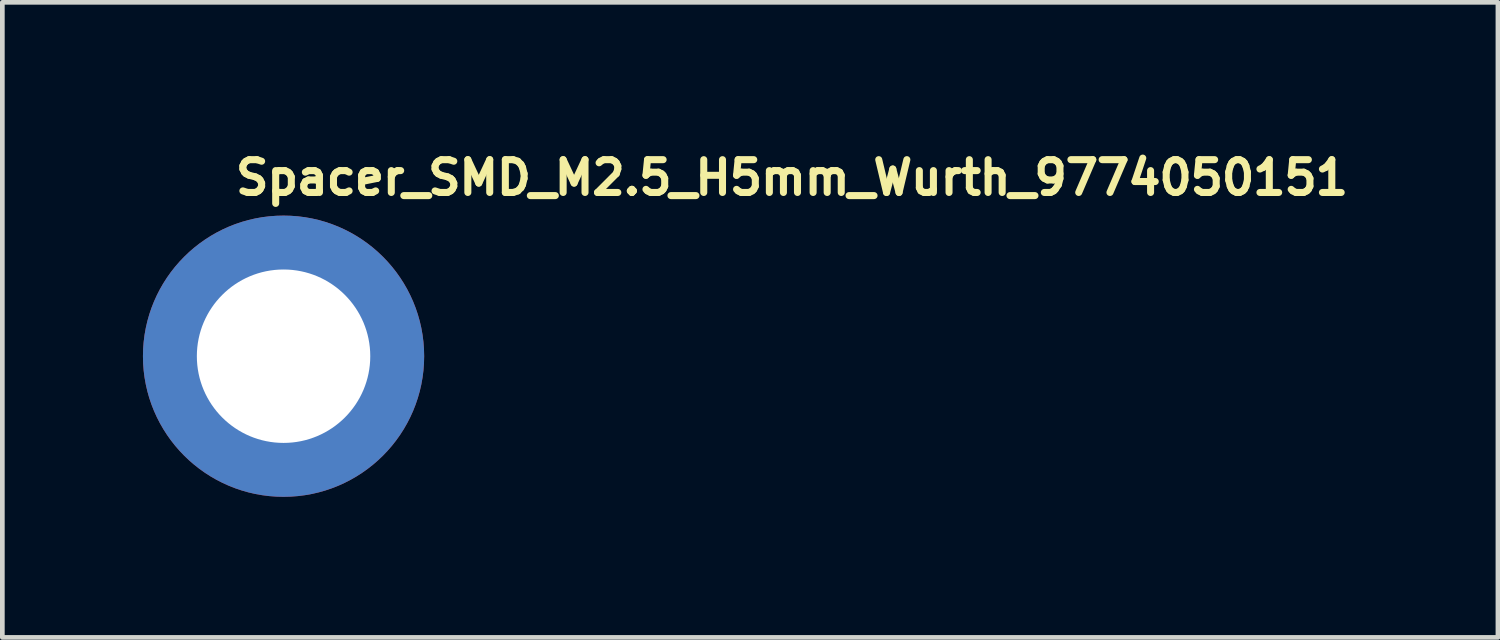
<source format=kicad_pcb>
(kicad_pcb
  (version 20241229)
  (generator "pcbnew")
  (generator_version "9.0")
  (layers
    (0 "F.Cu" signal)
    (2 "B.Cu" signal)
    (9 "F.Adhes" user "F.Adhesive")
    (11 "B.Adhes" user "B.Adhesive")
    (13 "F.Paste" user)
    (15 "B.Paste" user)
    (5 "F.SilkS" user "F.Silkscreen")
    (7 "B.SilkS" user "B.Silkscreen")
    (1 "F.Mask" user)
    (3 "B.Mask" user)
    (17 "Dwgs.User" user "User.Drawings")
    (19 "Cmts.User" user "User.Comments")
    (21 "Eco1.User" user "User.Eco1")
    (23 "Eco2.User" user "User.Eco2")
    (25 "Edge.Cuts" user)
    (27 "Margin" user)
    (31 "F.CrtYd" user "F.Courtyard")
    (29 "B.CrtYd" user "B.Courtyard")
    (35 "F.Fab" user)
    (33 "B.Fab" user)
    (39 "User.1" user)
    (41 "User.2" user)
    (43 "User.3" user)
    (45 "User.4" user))
  (footprint "Spacer_SMD_M2.5_H5mm_Wurth_9774050151"
    (layer "F.Cu")
    (at 3 4.55)
    (property "Reference" "Spacer_SMD_M2.5_H5mm_Wurth_9774050151" (at -1.1 -3.4 0) (layer "F.SilkS") (effects (font (size 0.7 0.7) (thickness 0.15)) (justify left bottom)))
    (attr smd)
    (fp_circle (center 0 0) (end 2.499 0) (stroke (width 1) (type solid)) (fill no) (layer "F.Paste"))
    (fp_line (start -2.551 0) (end -2.551 0) (stroke (width 0.02) (type solid)) (layer "User.9"))
    (fp_line (start -2.551 0) (end -2.548 0.131) (stroke (width 0.02) (type solid)) (layer "User.9"))
    (fp_line (start -2.548 -0.133) (end -2.551 0) (stroke (width 0.02) (type solid)) (layer "User.9"))
    (fp_line (start -2.548 0.131) (end -2.537 0.26) (stroke (width 0.02) (type solid)) (layer "User.9"))
    (fp_line (start -2.537 -0.262) (end -2.548 -0.133) (stroke (width 0.02) (type solid)) (layer "User.9"))
    (fp_line (start -2.537 0.26) (end -2.521 0.388) (stroke (width 0.02) (type solid)) (layer "User.9"))
    (fp_line (start -2.521 -0.39) (end -2.537 -0.262) (stroke (width 0.02) (type solid)) (layer "User.9"))
    (fp_line (start -2.521 0.388) (end -2.5 0.513) (stroke (width 0.02) (type solid)) (layer "User.9"))
    (fp_line (start -2.5 -0.515) (end -2.521 -0.39) (stroke (width 0.02) (type solid)) (layer "User.9"))
    (fp_line (start -2.5 0.513) (end -2.471 0.636) (stroke (width 0.02) (type solid)) (layer "User.9"))
    (fp_line (start -2.471 -0.638) (end -2.5 -0.515) (stroke (width 0.02) (type solid)) (layer "User.9"))
    (fp_line (start -2.471 0.636) (end -2.436 0.757) (stroke (width 0.02) (type solid)) (layer "User.9"))
    (fp_line (start -2.436 -0.759) (end -2.471 -0.638) (stroke (width 0.02) (type solid)) (layer "User.9"))
    (fp_line (start -2.436 0.757) (end -2.396 0.875) (stroke (width 0.02) (type solid)) (layer "User.9"))
    (fp_line (start -2.396 -0.877) (end -2.436 -0.759) (stroke (width 0.02) (type solid)) (layer "User.9"))
    (fp_line (start -2.396 0.875) (end -2.351 0.991) (stroke (width 0.02) (type solid)) (layer "User.9"))
    (fp_line (start -2.351 -0.993) (end -2.396 -0.877) (stroke (width 0.02) (type solid)) (layer "User.9"))
    (fp_line (start -2.351 0.991) (end -2.299 1.104) (stroke (width 0.02) (type solid)) (layer "User.9"))
    (fp_line (start -2.299 -1.107) (end -2.351 -0.993) (stroke (width 0.02) (type solid)) (layer "User.9"))
    (fp_line (start -2.299 1.104) (end -2.243 1.215) (stroke (width 0.02) (type solid)) (layer "User.9"))
    (fp_line (start -2.243 -1.216) (end -2.299 -1.107) (stroke (width 0.02) (type solid)) (layer "User.9"))
    (fp_line (start -2.243 1.215) (end -2.182 1.322) (stroke (width 0.02) (type solid)) (layer "User.9"))
    (fp_line (start -2.182 -1.323) (end -2.243 -1.216) (stroke (width 0.02) (type solid)) (layer "User.9"))
    (fp_line (start -2.182 1.322) (end -2.116 1.425) (stroke (width 0.02) (type solid)) (layer "User.9"))
    (fp_line (start -2.116 -1.426) (end -2.182 -1.323) (stroke (width 0.02) (type solid)) (layer "User.9"))
    (fp_line (start -2.116 1.425) (end -2.044 1.525) (stroke (width 0.02) (type solid)) (layer "User.9"))
    (fp_line (start -2.044 -1.526) (end -2.116 -1.426) (stroke (width 0.02) (type solid)) (layer "User.9"))
    (fp_line (start -2.044 1.525) (end -1.968 1.622) (stroke (width 0.02) (type solid)) (layer "User.9"))
    (fp_line (start -1.968 -1.623) (end -2.044 -1.526) (stroke (width 0.02) (type solid)) (layer "User.9"))
    (fp_line (start -1.968 1.622) (end -1.889 1.713) (stroke (width 0.02) (type solid)) (layer "User.9"))
    (fp_line (start -1.889 -1.716) (end -1.968 -1.623) (stroke (width 0.02) (type solid)) (layer "User.9"))
    (fp_line (start -1.889 1.713) (end -1.805 1.802) (stroke (width 0.02) (type solid)) (layer "User.9"))
    (fp_line (start -1.805 -1.805) (end -1.889 -1.716) (stroke (width 0.02) (type solid)) (layer "User.9"))
    (fp_line (start -1.805 1.802) (end -1.716 1.886) (stroke (width 0.02) (type solid)) (layer "User.9"))
    (fp_line (start -1.716 -1.889) (end -1.805 -1.805) (stroke (width 0.02) (type solid)) (layer "User.9"))
    (fp_line (start -1.716 1.886) (end -1.623 1.967) (stroke (width 0.02) (type solid)) (layer "User.9"))
    (fp_line (start -1.623 -1.968) (end -1.716 -1.889) (stroke (width 0.02) (type solid)) (layer "User.9"))
    (fp_line (start -1.623 1.967) (end -1.526 2.043) (stroke (width 0.02) (type solid)) (layer "User.9"))
    (fp_line (start -1.526 -2.044) (end -1.623 -1.968) (stroke (width 0.02) (type solid)) (layer "User.9"))
    (fp_line (start -1.526 2.043) (end -1.426 2.113) (stroke (width 0.02) (type solid)) (layer "User.9"))
    (fp_line (start -1.426 -2.116) (end -1.526 -2.044) (stroke (width 0.02) (type solid)) (layer "User.9"))
    (fp_line (start -1.426 2.113) (end -1.323 2.18) (stroke (width 0.02) (type solid)) (layer "User.9"))
    (fp_line (start -1.323 -2.182) (end -1.426 -2.116) (stroke (width 0.02) (type solid)) (layer "User.9"))
    (fp_line (start -1.323 2.18) (end -1.216 2.241) (stroke (width 0.02) (type solid)) (layer "User.9"))
    (fp_line (start -1.216 -2.243) (end -1.323 -2.182) (stroke (width 0.02) (type solid)) (layer "User.9"))
    (fp_line (start -1.216 2.241) (end -1.107 2.297) (stroke (width 0.02) (type solid)) (layer "User.9"))
    (fp_line (start -1.107 -2.299) (end -1.216 -2.243) (stroke (width 0.02) (type solid)) (layer "User.9"))
    (fp_line (start -1.107 2.297) (end -0.993 2.349) (stroke (width 0.02) (type solid)) (layer "User.9"))
    (fp_line (start -1.008 0) (end -1.008 0) (stroke (width 0.02) (type solid)) (layer "User.9"))
    (fp_line (start -1.008 0) (end -1.006 0.051) (stroke (width 0.02) (type solid)) (layer "User.9"))
    (fp_line (start -1.006 -0.053) (end -1.008 0) (stroke (width 0.02) (type solid)) (layer "User.9"))
    (fp_line (start -1.006 0.051) (end -1.002 0.102) (stroke (width 0.02) (type solid)) (layer "User.9"))
    (fp_line (start -1.002 -0.104) (end -1.006 -0.053) (stroke (width 0.02) (type solid)) (layer "User.9"))
    (fp_line (start -1.002 0.102) (end -0.995 0.152) (stroke (width 0.02) (type solid)) (layer "User.9"))
    (fp_line (start -0.995 -0.154) (end -1.002 -0.104) (stroke (width 0.02) (type solid)) (layer "User.9"))
    (fp_line (start -0.995 0.152) (end -0.987 0.202) (stroke (width 0.02) (type solid)) (layer "User.9"))
    (fp_line (start -0.993 -2.351) (end -1.107 -2.299) (stroke (width 0.02) (type solid)) (layer "User.9"))
    (fp_line (start -0.993 2.349) (end -0.877 2.394) (stroke (width 0.02) (type solid)) (layer "User.9"))
    (fp_line (start -0.987 -0.204) (end -0.995 -0.154) (stroke (width 0.02) (type solid)) (layer "User.9"))
    (fp_line (start -0.987 0.202) (end -0.975 0.25) (stroke (width 0.02) (type solid)) (layer "User.9"))
    (fp_line (start -0.975 -0.252) (end -0.987 -0.204) (stroke (width 0.02) (type solid)) (layer "User.9"))
    (fp_line (start -0.975 0.25) (end -0.962 0.298) (stroke (width 0.02) (type solid)) (layer "User.9"))
    (fp_line (start -0.962 -0.3) (end -0.975 -0.252) (stroke (width 0.02) (type solid)) (layer "User.9"))
    (fp_line (start -0.962 0.298) (end -0.947 0.346) (stroke (width 0.02) (type solid)) (layer "User.9"))
    (fp_line (start -0.947 -0.348) (end -0.962 -0.3) (stroke (width 0.02) (type solid)) (layer "User.9"))
    (fp_line (start -0.947 0.346) (end -0.929 0.391) (stroke (width 0.02) (type solid)) (layer "User.9"))
    (fp_line (start -0.929 -0.393) (end -0.947 -0.348) (stroke (width 0.02) (type solid)) (layer "User.9"))
    (fp_line (start -0.929 0.391) (end -0.909 0.435) (stroke (width 0.02) (type solid)) (layer "User.9"))
    (fp_line (start -0.909 -0.437) (end -0.929 -0.393) (stroke (width 0.02) (type solid)) (layer "User.9"))
    (fp_line (start -0.909 0.435) (end -0.886 0.479) (stroke (width 0.02) (type solid)) (layer "User.9"))
    (fp_line (start -0.886 -0.48) (end -0.909 -0.437) (stroke (width 0.02) (type solid)) (layer "User.9"))
    (fp_line (start -0.886 0.479) (end -0.861 0.521) (stroke (width 0.02) (type solid)) (layer "User.9"))
    (fp_line (start -0.877 -2.396) (end -0.993 -2.351) (stroke (width 0.02) (type solid)) (layer "User.9"))
    (fp_line (start -0.877 2.394) (end -0.759 2.435) (stroke (width 0.02) (type solid)) (layer "User.9"))
    (fp_line (start -0.861 -0.523) (end -0.886 -0.48) (stroke (width 0.02) (type solid)) (layer "User.9"))
    (fp_line (start -0.861 0.521) (end -0.835 0.562) (stroke (width 0.02) (type solid)) (layer "User.9"))
    (fp_line (start -0.835 -0.564) (end -0.861 -0.523) (stroke (width 0.02) (type solid)) (layer "User.9"))
    (fp_line (start -0.835 0.562) (end -0.808 0.601) (stroke (width 0.02) (type solid)) (layer "User.9"))
    (fp_line (start -0.808 -0.603) (end -0.835 -0.564) (stroke (width 0.02) (type solid)) (layer "User.9"))
    (fp_line (start -0.808 0.601) (end -0.778 0.64) (stroke (width 0.02) (type solid)) (layer "User.9"))
    (fp_line (start -0.778 -0.642) (end -0.808 -0.603) (stroke (width 0.02) (type solid)) (layer "User.9"))
    (fp_line (start -0.778 0.64) (end -0.746 0.676) (stroke (width 0.02) (type solid)) (layer "User.9"))
    (fp_line (start -0.759 -2.436) (end -0.877 -2.396) (stroke (width 0.02) (type solid)) (layer "User.9"))
    (fp_line (start -0.759 2.435) (end -0.638 2.468) (stroke (width 0.02) (type solid)) (layer "User.9"))
    (fp_line (start -0.746 -0.678) (end -0.778 -0.642) (stroke (width 0.02) (type solid)) (layer "User.9"))
    (fp_line (start -0.746 0.676) (end -0.712 0.71) (stroke (width 0.02) (type solid)) (layer "User.9"))
    (fp_line (start -0.712 -0.712) (end -0.746 -0.678) (stroke (width 0.02) (type solid)) (layer "User.9"))
    (fp_line (start -0.712 0.71) (end -0.678 0.744) (stroke (width 0.02) (type solid)) (layer "User.9"))
    (fp_line (start -0.678 -0.746) (end -0.712 -0.712) (stroke (width 0.02) (type solid)) (layer "User.9"))
    (fp_line (start -0.678 0.744) (end -0.642 0.776) (stroke (width 0.02) (type solid)) (layer "User.9"))
    (fp_line (start -0.642 -0.778) (end -0.678 -0.746) (stroke (width 0.02) (type solid)) (layer "User.9"))
    (fp_line (start -0.642 0.776) (end -0.603 0.806) (stroke (width 0.02) (type solid)) (layer "User.9"))
    (fp_line (start -0.638 -2.471) (end -0.759 -2.436) (stroke (width 0.02) (type solid)) (layer "User.9"))
    (fp_line (start -0.638 2.468) (end -0.515 2.498) (stroke (width 0.02) (type solid)) (layer "User.9"))
    (fp_line (start -0.603 -0.808) (end -0.642 -0.778) (stroke (width 0.02) (type solid)) (layer "User.9"))
    (fp_line (start -0.603 0.806) (end -0.564 0.833) (stroke (width 0.02) (type solid)) (layer "User.9"))
    (fp_line (start -0.564 -0.835) (end -0.603 -0.808) (stroke (width 0.02) (type solid)) (layer "User.9"))
    (fp_line (start -0.564 0.833) (end -0.523 0.859) (stroke (width 0.02) (type solid)) (layer "User.9"))
    (fp_line (start -0.523 -0.861) (end -0.564 -0.835) (stroke (width 0.02) (type solid)) (layer "User.9"))
    (fp_line (start -0.523 0.859) (end -0.48 0.884) (stroke (width 0.02) (type solid)) (layer "User.9"))
    (fp_line (start -0.515 -2.5) (end -0.638 -2.471) (stroke (width 0.02) (type solid)) (layer "User.9"))
    (fp_line (start -0.515 2.498) (end -0.39 2.519) (stroke (width 0.02) (type solid)) (layer "User.9"))
    (fp_line (start -0.48 -0.886) (end -0.523 -0.861) (stroke (width 0.02) (type solid)) (layer "User.9"))
    (fp_line (start -0.48 0.884) (end -0.437 0.907) (stroke (width 0.02) (type solid)) (layer "User.9"))
    (fp_line (start -0.437 -0.909) (end -0.48 -0.886) (stroke (width 0.02) (type solid)) (layer "User.9"))
    (fp_line (start -0.437 0.907) (end -0.393 0.927) (stroke (width 0.02) (type solid)) (layer "User.9"))
    (fp_line (start -0.393 -0.929) (end -0.437 -0.909) (stroke (width 0.02) (type solid)) (layer "User.9"))
    (fp_line (start -0.393 0.927) (end -0.348 0.945) (stroke (width 0.02) (type solid)) (layer "User.9"))
    (fp_line (start -0.39 -2.521) (end -0.515 -2.5) (stroke (width 0.02) (type solid)) (layer "User.9"))
    (fp_line (start -0.39 2.519) (end -0.262 2.535) (stroke (width 0.02) (type solid)) (layer "User.9"))
    (fp_line (start -0.348 -0.947) (end -0.393 -0.929) (stroke (width 0.02) (type solid)) (layer "User.9"))
    (fp_line (start -0.348 0.945) (end -0.3 0.96) (stroke (width 0.02) (type solid)) (layer "User.9"))
    (fp_line (start -0.3 -0.962) (end -0.348 -0.947) (stroke (width 0.02) (type solid)) (layer "User.9"))
    (fp_line (start -0.3 0.96) (end -0.252 0.973) (stroke (width 0.02) (type solid)) (layer "User.9"))
    (fp_line (start -0.262 -2.537) (end -0.39 -2.521) (stroke (width 0.02) (type solid)) (layer "User.9"))
    (fp_line (start -0.262 2.535) (end -0.133 2.546) (stroke (width 0.02) (type solid)) (layer "User.9"))
    (fp_line (start -0.252 -0.975) (end -0.3 -0.962) (stroke (width 0.02) (type solid)) (layer "User.9"))
    (fp_line (start -0.252 0.973) (end -0.204 0.985) (stroke (width 0.02) (type solid)) (layer "User.9"))
    (fp_line (start -0.204 -0.987) (end -0.252 -0.975) (stroke (width 0.02) (type solid)) (layer "User.9"))
    (fp_line (start -0.204 0.985) (end -0.154 0.993) (stroke (width 0.02) (type solid)) (layer "User.9"))
    (fp_line (start -0.154 -0.995) (end -0.204 -0.987) (stroke (width 0.02) (type solid)) (layer "User.9"))
    (fp_line (start -0.154 0.993) (end -0.104 1.001) (stroke (width 0.02) (type solid)) (layer "User.9"))
    (fp_line (start -0.133 -2.548) (end -0.262 -2.537) (stroke (width 0.02) (type solid)) (layer "User.9"))
    (fp_line (start -0.133 2.546) (end 0 2.548) (stroke (width 0.02) (type solid)) (layer "User.9"))
    (fp_line (start -0.104 -1.002) (end -0.154 -0.995) (stroke (width 0.02) (type solid)) (layer "User.9"))
    (fp_line (start -0.104 1.001) (end -0.053 1.005) (stroke (width 0.02) (type solid)) (layer "User.9"))
    (fp_line (start -0.053 -1.006) (end -0.104 -1.002) (stroke (width 0.02) (type solid)) (layer "User.9"))
    (fp_line (start -0.053 1.005) (end 0 1.005) (stroke (width 0.02) (type solid)) (layer "User.9"))
    (fp_line (start 0 -2.551) (end -0.133 -2.548) (stroke (width 0.02) (type solid)) (layer "User.9"))
    (fp_line (start 0 -2.551) (end 0 -2.551) (stroke (width 0.02) (type solid)) (layer "User.9"))
    (fp_line (start 0 -1.008) (end -0.053 -1.006) (stroke (width 0.02) (type solid)) (layer "User.9"))
    (fp_line (start 0 -1.008) (end 0 -1.008) (stroke (width 0.02) (type solid)) (layer "User.9"))
    (fp_line (start 0 1.005) (end 0 1.005) (stroke (width 0.02) (type solid)) (layer "User.9"))
    (fp_line (start 0 1.005) (end 0.051 1.005) (stroke (width 0.02) (type solid)) (layer "User.9"))
    (fp_line (start 0 2.548) (end 0 2.548) (stroke (width 0.02) (type solid)) (layer "User.9"))
    (fp_line (start 0 2.548) (end 0.131 2.546) (stroke (width 0.02) (type solid)) (layer "User.9"))
    (fp_line (start 0.051 -1.006) (end 0 -1.008) (stroke (width 0.02) (type solid)) (layer "User.9"))
    (fp_line (start 0.051 1.005) (end 0.102 1.001) (stroke (width 0.02) (type solid)) (layer "User.9"))
    (fp_line (start 0.102 -1.002) (end 0.051 -1.006) (stroke (width 0.02) (type solid)) (layer "User.9"))
    (fp_line (start 0.102 1.001) (end 0.152 0.993) (stroke (width 0.02) (type solid)) (layer "User.9"))
    (fp_line (start 0.131 -2.548) (end 0 -2.551) (stroke (width 0.02) (type solid)) (layer "User.9"))
    (fp_line (start 0.131 2.546) (end 0.26 2.535) (stroke (width 0.02) (type solid)) (layer "User.9"))
    (fp_line (start 0.152 -0.995) (end 0.102 -1.002) (stroke (width 0.02) (type solid)) (layer "User.9"))
    (fp_line (start 0.152 0.993) (end 0.202 0.985) (stroke (width 0.02) (type solid)) (layer "User.9"))
    (fp_line (start 0.202 -0.987) (end 0.152 -0.995) (stroke (width 0.02) (type solid)) (layer "User.9"))
    (fp_line (start 0.202 0.985) (end 0.25 0.973) (stroke (width 0.02) (type solid)) (layer "User.9"))
    (fp_line (start 0.25 -0.975) (end 0.202 -0.987) (stroke (width 0.02) (type solid)) (layer "User.9"))
    (fp_line (start 0.25 0.973) (end 0.298 0.96) (stroke (width 0.02) (type solid)) (layer "User.9"))
    (fp_line (start 0.26 -2.537) (end 0.131 -2.548) (stroke (width 0.02) (type solid)) (layer "User.9"))
    (fp_line (start 0.26 2.535) (end 0.388 2.519) (stroke (width 0.02) (type solid)) (layer "User.9"))
    (fp_line (start 0.298 -0.962) (end 0.25 -0.975) (stroke (width 0.02) (type solid)) (layer "User.9"))
    (fp_line (start 0.298 0.96) (end 0.346 0.945) (stroke (width 0.02) (type solid)) (layer "User.9"))
    (fp_line (start 0.346 -0.947) (end 0.298 -0.962) (stroke (width 0.02) (type solid)) (layer "User.9"))
    (fp_line (start 0.346 0.945) (end 0.391 0.927) (stroke (width 0.02) (type solid)) (layer "User.9"))
    (fp_line (start 0.388 -2.521) (end 0.26 -2.537) (stroke (width 0.02) (type solid)) (layer "User.9"))
    (fp_line (start 0.388 2.519) (end 0.513 2.498) (stroke (width 0.02) (type solid)) (layer "User.9"))
    (fp_line (start 0.391 -0.929) (end 0.346 -0.947) (stroke (width 0.02) (type solid)) (layer "User.9"))
    (fp_line (start 0.391 0.927) (end 0.435 0.907) (stroke (width 0.02) (type solid)) (layer "User.9"))
    (fp_line (start 0.435 -0.909) (end 0.391 -0.929) (stroke (width 0.02) (type solid)) (layer "User.9"))
    (fp_line (start 0.435 0.907) (end 0.479 0.884) (stroke (width 0.02) (type solid)) (layer "User.9"))
    (fp_line (start 0.479 -0.886) (end 0.435 -0.909) (stroke (width 0.02) (type solid)) (layer "User.9"))
    (fp_line (start 0.479 0.884) (end 0.521 0.859) (stroke (width 0.02) (type solid)) (layer "User.9"))
    (fp_line (start 0.513 -2.5) (end 0.388 -2.521) (stroke (width 0.02) (type solid)) (layer "User.9"))
    (fp_line (start 0.513 2.498) (end 0.636 2.468) (stroke (width 0.02) (type solid)) (layer "User.9"))
    (fp_line (start 0.521 -0.861) (end 0.479 -0.886) (stroke (width 0.02) (type solid)) (layer "User.9"))
    (fp_line (start 0.521 0.859) (end 0.562 0.833) (stroke (width 0.02) (type solid)) (layer "User.9"))
    (fp_line (start 0.562 -0.835) (end 0.521 -0.861) (stroke (width 0.02) (type solid)) (layer "User.9"))
    (fp_line (start 0.562 0.833) (end 0.601 0.806) (stroke (width 0.02) (type solid)) (layer "User.9"))
    (fp_line (start 0.601 -0.808) (end 0.562 -0.835) (stroke (width 0.02) (type solid)) (layer "User.9"))
    (fp_line (start 0.601 0.806) (end 0.64 0.776) (stroke (width 0.02) (type solid)) (layer "User.9"))
    (fp_line (start 0.636 -2.471) (end 0.513 -2.5) (stroke (width 0.02) (type solid)) (layer "User.9"))
    (fp_line (start 0.636 2.468) (end 0.757 2.435) (stroke (width 0.02) (type solid)) (layer "User.9"))
    (fp_line (start 0.64 -0.778) (end 0.601 -0.808) (stroke (width 0.02) (type solid)) (layer "User.9"))
    (fp_line (start 0.64 0.776) (end 0.676 0.744) (stroke (width 0.02) (type solid)) (layer "User.9"))
    (fp_line (start 0.676 -0.746) (end 0.64 -0.778) (stroke (width 0.02) (type solid)) (layer "User.9"))
    (fp_line (start 0.676 0.744) (end 0.71 0.71) (stroke (width 0.02) (type solid)) (layer "User.9"))
    (fp_line (start 0.71 -0.712) (end 0.676 -0.746) (stroke (width 0.02) (type solid)) (layer "User.9"))
    (fp_line (start 0.71 0.71) (end 0.744 0.676) (stroke (width 0.02) (type solid)) (layer "User.9"))
    (fp_line (start 0.744 -0.678) (end 0.71 -0.712) (stroke (width 0.02) (type solid)) (layer "User.9"))
    (fp_line (start 0.744 0.676) (end 0.776 0.64) (stroke (width 0.02) (type solid)) (layer "User.9"))
    (fp_line (start 0.757 -2.436) (end 0.636 -2.471) (stroke (width 0.02) (type solid)) (layer "User.9"))
    (fp_line (start 0.757 2.435) (end 0.875 2.394) (stroke (width 0.02) (type solid)) (layer "User.9"))
    (fp_line (start 0.776 -0.642) (end 0.744 -0.678) (stroke (width 0.02) (type solid)) (layer "User.9"))
    (fp_line (start 0.776 0.64) (end 0.806 0.601) (stroke (width 0.02) (type solid)) (layer "User.9"))
    (fp_line (start 0.806 -0.603) (end 0.776 -0.642) (stroke (width 0.02) (type solid)) (layer "User.9"))
    (fp_line (start 0.806 0.601) (end 0.833 0.562) (stroke (width 0.02) (type solid)) (layer "User.9"))
    (fp_line (start 0.833 -0.564) (end 0.806 -0.603) (stroke (width 0.02) (type solid)) (layer "User.9"))
    (fp_line (start 0.833 0.562) (end 0.859 0.521) (stroke (width 0.02) (type solid)) (layer "User.9"))
    (fp_line (start 0.859 -0.523) (end 0.833 -0.564) (stroke (width 0.02) (type solid)) (layer "User.9"))
    (fp_line (start 0.859 0.521) (end 0.884 0.479) (stroke (width 0.02) (type solid)) (layer "User.9"))
    (fp_line (start 0.875 -2.396) (end 0.757 -2.436) (stroke (width 0.02) (type solid)) (layer "User.9"))
    (fp_line (start 0.875 2.394) (end 0.991 2.349) (stroke (width 0.02) (type solid)) (layer "User.9"))
    (fp_line (start 0.884 -0.48) (end 0.859 -0.523) (stroke (width 0.02) (type solid)) (layer "User.9"))
    (fp_line (start 0.884 0.479) (end 0.907 0.435) (stroke (width 0.02) (type solid)) (layer "User.9"))
    (fp_line (start 0.907 -0.437) (end 0.884 -0.48) (stroke (width 0.02) (type solid)) (layer "User.9"))
    (fp_line (start 0.907 0.435) (end 0.927 0.391) (stroke (width 0.02) (type solid)) (layer "User.9"))
    (fp_line (start 0.927 -0.393) (end 0.907 -0.437) (stroke (width 0.02) (type solid)) (layer "User.9"))
    (fp_line (start 0.927 0.391) (end 0.945 0.346) (stroke (width 0.02) (type solid)) (layer "User.9"))
    (fp_line (start 0.945 -0.348) (end 0.927 -0.393) (stroke (width 0.02) (type solid)) (layer "User.9"))
    (fp_line (start 0.945 0.346) (end 0.96 0.298) (stroke (width 0.02) (type solid)) (layer "User.9"))
    (fp_line (start 0.96 -0.3) (end 0.945 -0.348) (stroke (width 0.02) (type solid)) (layer "User.9"))
    (fp_line (start 0.96 0.298) (end 0.973 0.25) (stroke (width 0.02) (type solid)) (layer "User.9"))
    (fp_line (start 0.973 -0.252) (end 0.96 -0.3) (stroke (width 0.02) (type solid)) (layer "User.9"))
    (fp_line (start 0.973 0.25) (end 0.985 0.202) (stroke (width 0.02) (type solid)) (layer "User.9"))
    (fp_line (start 0.985 -0.204) (end 0.973 -0.252) (stroke (width 0.02) (type solid)) (layer "User.9"))
    (fp_line (start 0.985 0.202) (end 0.993 0.152) (stroke (width 0.02) (type solid)) (layer "User.9"))
    (fp_line (start 0.991 -2.351) (end 0.875 -2.396) (stroke (width 0.02) (type solid)) (layer "User.9"))
    (fp_line (start 0.991 2.349) (end 1.104 2.297) (stroke (width 0.02) (type solid)) (layer "User.9"))
    (fp_line (start 0.993 -0.154) (end 0.985 -0.204) (stroke (width 0.02) (type solid)) (layer "User.9"))
    (fp_line (start 0.993 0.152) (end 1.001 0.102) (stroke (width 0.02) (type solid)) (layer "User.9"))
    (fp_line (start 1.001 -0.104) (end 0.993 -0.154) (stroke (width 0.02) (type solid)) (layer "User.9"))
    (fp_line (start 1.001 0.102) (end 1.005 0.051) (stroke (width 0.02) (type solid)) (layer "User.9"))
    (fp_line (start 1.005 -0.053) (end 1.001 -0.104) (stroke (width 0.02) (type solid)) (layer "User.9"))
    (fp_line (start 1.005 0) (end 1.005 -0.053) (stroke (width 0.02) (type solid)) (layer "User.9"))
    (fp_line (start 1.005 0) (end 1.005 0) (stroke (width 0.02) (type solid)) (layer "User.9"))
    (fp_line (start 1.005 0) (end 1.005 0) (stroke (width 0.02) (type solid)) (layer "User.9"))
    (fp_line (start 1.005 0.051) (end 1.005 0) (stroke (width 0.02) (type solid)) (layer "User.9"))
    (fp_line (start 1.104 -2.299) (end 0.991 -2.351) (stroke (width 0.02) (type solid)) (layer "User.9"))
    (fp_line (start 1.104 2.297) (end 1.215 2.241) (stroke (width 0.02) (type solid)) (layer "User.9"))
    (fp_line (start 1.215 -2.243) (end 1.104 -2.299) (stroke (width 0.02) (type solid)) (layer "User.9"))
    (fp_line (start 1.215 2.241) (end 1.322 2.18) (stroke (width 0.02) (type solid)) (layer "User.9"))
    (fp_line (start 1.322 -2.182) (end 1.215 -2.243) (stroke (width 0.02) (type solid)) (layer "User.9"))
    (fp_line (start 1.322 2.18) (end 1.425 2.113) (stroke (width 0.02) (type solid)) (layer "User.9"))
    (fp_line (start 1.425 -2.116) (end 1.322 -2.182) (stroke (width 0.02) (type solid)) (layer "User.9"))
    (fp_line (start 1.425 2.113) (end 1.525 2.043) (stroke (width 0.02) (type solid)) (layer "User.9"))
    (fp_line (start 1.525 -2.044) (end 1.425 -2.116) (stroke (width 0.02) (type solid)) (layer "User.9"))
    (fp_line (start 1.525 2.043) (end 1.622 1.967) (stroke (width 0.02) (type solid)) (layer "User.9"))
    (fp_line (start 1.622 -1.968) (end 1.525 -2.044) (stroke (width 0.02) (type solid)) (layer "User.9"))
    (fp_line (start 1.622 1.967) (end 1.713 1.886) (stroke (width 0.02) (type solid)) (layer "User.9"))
    (fp_line (start 1.713 -1.889) (end 1.622 -1.968) (stroke (width 0.02) (type solid)) (layer "User.9"))
    (fp_line (start 1.713 1.886) (end 1.802 1.802) (stroke (width 0.02) (type solid)) (layer "User.9"))
    (fp_line (start 1.802 -1.805) (end 1.713 -1.889) (stroke (width 0.02) (type solid)) (layer "User.9"))
    (fp_line (start 1.802 1.802) (end 1.886 1.713) (stroke (width 0.02) (type solid)) (layer "User.9"))
    (fp_line (start 1.886 -1.716) (end 1.802 -1.805) (stroke (width 0.02) (type solid)) (layer "User.9"))
    (fp_line (start 1.886 1.713) (end 1.967 1.622) (stroke (width 0.02) (type solid)) (layer "User.9"))
    (fp_line (start 1.967 -1.623) (end 1.886 -1.716) (stroke (width 0.02) (type solid)) (layer "User.9"))
    (fp_line (start 1.967 1.622) (end 2.043 1.525) (stroke (width 0.02) (type solid)) (layer "User.9"))
    (fp_line (start 2.043 -1.526) (end 1.967 -1.623) (stroke (width 0.02) (type solid)) (layer "User.9"))
    (fp_line (start 2.043 1.525) (end 2.113 1.425) (stroke (width 0.02) (type solid)) (layer "User.9"))
    (fp_line (start 2.113 -1.426) (end 2.043 -1.526) (stroke (width 0.02) (type solid)) (layer "User.9"))
    (fp_line (start 2.113 1.425) (end 2.18 1.322) (stroke (width 0.02) (type solid)) (layer "User.9"))
    (fp_line (start 2.18 -1.323) (end 2.113 -1.426) (stroke (width 0.02) (type solid)) (layer "User.9"))
    (fp_line (start 2.18 1.322) (end 2.241 1.215) (stroke (width 0.02) (type solid)) (layer "User.9"))
    (fp_line (start 2.241 -1.216) (end 2.18 -1.323) (stroke (width 0.02) (type solid)) (layer "User.9"))
    (fp_line (start 2.241 1.215) (end 2.297 1.104) (stroke (width 0.02) (type solid)) (layer "User.9"))
    (fp_line (start 2.297 -1.107) (end 2.241 -1.216) (stroke (width 0.02) (type solid)) (layer "User.9"))
    (fp_line (start 2.297 1.104) (end 2.349 0.991) (stroke (width 0.02) (type solid)) (layer "User.9"))
    (fp_line (start 2.349 -0.993) (end 2.297 -1.107) (stroke (width 0.02) (type solid)) (layer "User.9"))
    (fp_line (start 2.349 0.991) (end 2.394 0.875) (stroke (width 0.02) (type solid)) (layer "User.9"))
    (fp_line (start 2.394 -0.877) (end 2.349 -0.993) (stroke (width 0.02) (type solid)) (layer "User.9"))
    (fp_line (start 2.394 0.875) (end 2.435 0.757) (stroke (width 0.02) (type solid)) (layer "User.9"))
    (fp_line (start 2.435 -0.759) (end 2.394 -0.877) (stroke (width 0.02) (type solid)) (layer "User.9"))
    (fp_line (start 2.435 0.757) (end 2.468 0.636) (stroke (width 0.02) (type solid)) (layer "User.9"))
    (fp_line (start 2.468 -0.638) (end 2.435 -0.759) (stroke (width 0.02) (type solid)) (layer "User.9"))
    (fp_line (start 2.468 0.636) (end 2.498 0.513) (stroke (width 0.02) (type solid)) (layer "User.9"))
    (fp_line (start 2.498 -0.515) (end 2.468 -0.638) (stroke (width 0.02) (type solid)) (layer "User.9"))
    (fp_line (start 2.498 0.513) (end 2.519 0.388) (stroke (width 0.02) (type solid)) (layer "User.9"))
    (fp_line (start 2.519 -0.39) (end 2.498 -0.515) (stroke (width 0.02) (type solid)) (layer "User.9"))
    (fp_line (start 2.519 0.388) (end 2.535 0.26) (stroke (width 0.02) (type solid)) (layer "User.9"))
    (fp_line (start 2.535 -0.262) (end 2.519 -0.39) (stroke (width 0.02) (type solid)) (layer "User.9"))
    (fp_line (start 2.535 0.26) (end 2.546 0.131) (stroke (width 0.02) (type solid)) (layer "User.9"))
    (fp_line (start 2.546 -0.133) (end 2.535 -0.262) (stroke (width 0.02) (type solid)) (layer "User.9"))
    (fp_line (start 2.546 0.131) (end 2.548 0) (stroke (width 0.02) (type solid)) (layer "User.9"))
    (fp_line (start 2.548 0) (end 2.546 -0.133) (stroke (width 0.02) (type solid)) (layer "User.9"))
    (fp_line (start 2.548 0) (end 2.548 0) (stroke (width 0.02) (type solid)) (layer "User.9"))
    (fp_line (start 2.548 0) (end 2.548 0) (stroke (width 0.02) (type solid)) (layer "User.9"))
    (pad "1" thru_hole circle (at 0 0) (size 6 6) (drill 3.7) (layers "*.Cu" "*.Mask")))
  (gr_rect
    (start -3 -3)
    (end 28.91 10.55)
    (stroke (width 0.1) (type default))
    (fill no)
    (layer "Edge.Cuts")))
</source>
